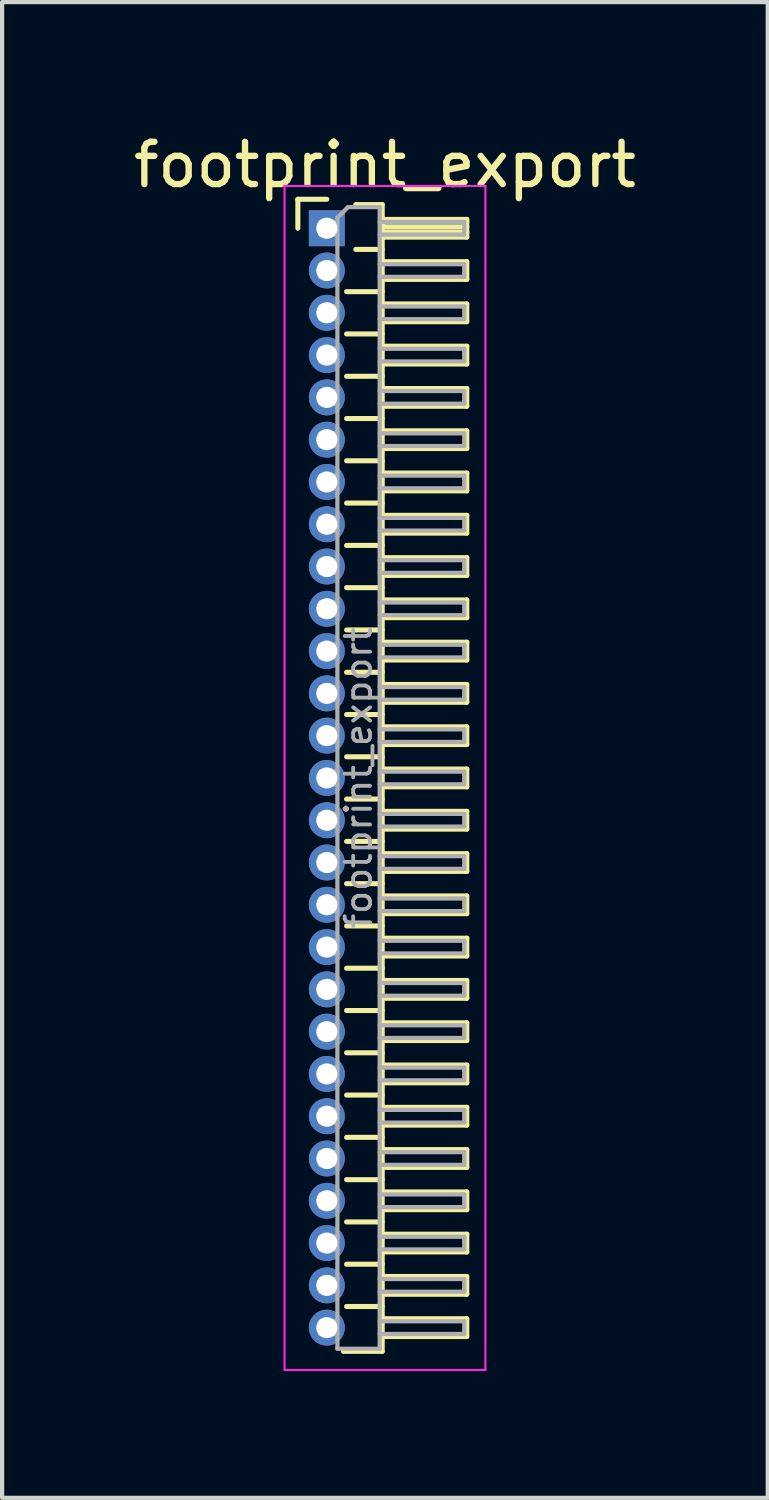
<source format=kicad_pcb>
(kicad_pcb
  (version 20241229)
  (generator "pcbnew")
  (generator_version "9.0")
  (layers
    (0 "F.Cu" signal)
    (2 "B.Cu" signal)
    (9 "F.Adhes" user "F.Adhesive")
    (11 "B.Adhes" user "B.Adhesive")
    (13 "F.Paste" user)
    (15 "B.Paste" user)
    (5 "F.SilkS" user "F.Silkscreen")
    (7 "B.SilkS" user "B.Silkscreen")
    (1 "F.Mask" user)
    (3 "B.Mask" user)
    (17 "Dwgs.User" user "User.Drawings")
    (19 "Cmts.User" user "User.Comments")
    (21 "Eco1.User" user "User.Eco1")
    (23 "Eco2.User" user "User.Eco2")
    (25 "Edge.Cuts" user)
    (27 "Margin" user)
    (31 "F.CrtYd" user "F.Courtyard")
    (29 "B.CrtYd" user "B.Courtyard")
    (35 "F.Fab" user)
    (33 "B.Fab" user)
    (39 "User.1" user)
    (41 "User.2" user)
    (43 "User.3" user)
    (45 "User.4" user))
  (footprint "footprint_export"
    (layer "F.Cu")
    (at 4.679 2.348)
    (property "Reference" "footprint_export" (at 1.375 -1.5 0) (layer "F.SilkS") (effects (font (size 1 1) (thickness 0.15))))
    (attr through_hole)
    (fp_line (start -0.685 -0.685) (end 0 -0.685) (stroke (width 0.12) (type solid)) (layer "F.SilkS"))
    (fp_line (start -0.685 0) (end -0.685 -0.685) (stroke (width 0.12) (type solid)) (layer "F.SilkS"))
    (fp_line (start 0.468 1.5) (end 1.31 1.5) (stroke (width 0.12) (type solid)) (layer "F.SilkS"))
    (fp_line (start 0.468 2.5) (end 1.31 2.5) (stroke (width 0.12) (type solid)) (layer "F.SilkS"))
    (fp_line (start 0.468 3.5) (end 1.31 3.5) (stroke (width 0.12) (type solid)) (layer "F.SilkS"))
    (fp_line (start 0.468 4.5) (end 1.31 4.5) (stroke (width 0.12) (type solid)) (layer "F.SilkS"))
    (fp_line (start 0.468 5.5) (end 1.31 5.5) (stroke (width 0.12) (type solid)) (layer "F.SilkS"))
    (fp_line (start 0.468 6.5) (end 1.31 6.5) (stroke (width 0.12) (type solid)) (layer "F.SilkS"))
    (fp_line (start 0.468 7.5) (end 1.31 7.5) (stroke (width 0.12) (type solid)) (layer "F.SilkS"))
    (fp_line (start 0.468 8.5) (end 1.31 8.5) (stroke (width 0.12) (type solid)) (layer "F.SilkS"))
    (fp_line (start 0.468 9.5) (end 1.31 9.5) (stroke (width 0.12) (type solid)) (layer "F.SilkS"))
    (fp_line (start 0.468 10.5) (end 1.31 10.5) (stroke (width 0.12) (type solid)) (layer "F.SilkS"))
    (fp_line (start 0.468 11.5) (end 1.31 11.5) (stroke (width 0.12) (type solid)) (layer "F.SilkS"))
    (fp_line (start 0.468 12.5) (end 1.31 12.5) (stroke (width 0.12) (type solid)) (layer "F.SilkS"))
    (fp_line (start 0.468 13.5) (end 1.31 13.5) (stroke (width 0.12) (type solid)) (layer "F.SilkS"))
    (fp_line (start 0.468 14.5) (end 1.31 14.5) (stroke (width 0.12) (type solid)) (layer "F.SilkS"))
    (fp_line (start 0.468 15.5) (end 1.31 15.5) (stroke (width 0.12) (type solid)) (layer "F.SilkS"))
    (fp_line (start 0.468 16.5) (end 1.31 16.5) (stroke (width 0.12) (type solid)) (layer "F.SilkS"))
    (fp_line (start 0.468 17.5) (end 1.31 17.5) (stroke (width 0.12) (type solid)) (layer "F.SilkS"))
    (fp_line (start 0.468 18.5) (end 1.31 18.5) (stroke (width 0.12) (type solid)) (layer "F.SilkS"))
    (fp_line (start 0.468 19.5) (end 1.31 19.5) (stroke (width 0.12) (type solid)) (layer "F.SilkS"))
    (fp_line (start 0.468 20.5) (end 1.31 20.5) (stroke (width 0.12) (type solid)) (layer "F.SilkS"))
    (fp_line (start 0.468 21.5) (end 1.31 21.5) (stroke (width 0.12) (type solid)) (layer "F.SilkS"))
    (fp_line (start 0.468 22.5) (end 1.31 22.5) (stroke (width 0.12) (type solid)) (layer "F.SilkS"))
    (fp_line (start 0.468 23.5) (end 1.31 23.5) (stroke (width 0.12) (type solid)) (layer "F.SilkS"))
    (fp_line (start 0.468 24.5) (end 1.31 24.5) (stroke (width 0.12) (type solid)) (layer "F.SilkS"))
    (fp_line (start 0.468 25.5) (end 1.31 25.5) (stroke (width 0.12) (type solid)) (layer "F.SilkS"))
    (fp_line (start 0.685 -0.56) (end 1.31 -0.56) (stroke (width 0.12) (type solid)) (layer "F.SilkS"))
    (fp_line (start 0.685 0.5) (end 1.31 0.5) (stroke (width 0.12) (type solid)) (layer "F.SilkS"))
    (fp_line (start 1.31 -0.56) (end 1.31 26.56) (stroke (width 0.12) (type solid)) (layer "F.SilkS"))
    (fp_line (start 1.31 -0.21) (end 3.31 -0.21) (stroke (width 0.12) (type solid)) (layer "F.SilkS"))
    (fp_line (start 1.31 -0.15) (end 3.31 -0.15) (stroke (width 0.12) (type solid)) (layer "F.SilkS"))
    (fp_line (start 1.31 -0.03) (end 3.31 -0.03) (stroke (width 0.12) (type solid)) (layer "F.SilkS"))
    (fp_line (start 1.31 0.09) (end 3.31 0.09) (stroke (width 0.12) (type solid)) (layer "F.SilkS"))
    (fp_line (start 1.31 0.79) (end 3.31 0.79) (stroke (width 0.12) (type solid)) (layer "F.SilkS"))
    (fp_line (start 1.31 1.79) (end 3.31 1.79) (stroke (width 0.12) (type solid)) (layer "F.SilkS"))
    (fp_line (start 1.31 2.79) (end 3.31 2.79) (stroke (width 0.12) (type solid)) (layer "F.SilkS"))
    (fp_line (start 1.31 3.79) (end 3.31 3.79) (stroke (width 0.12) (type solid)) (layer "F.SilkS"))
    (fp_line (start 1.31 4.79) (end 3.31 4.79) (stroke (width 0.12) (type solid)) (layer "F.SilkS"))
    (fp_line (start 1.31 5.79) (end 3.31 5.79) (stroke (width 0.12) (type solid)) (layer "F.SilkS"))
    (fp_line (start 1.31 6.79) (end 3.31 6.79) (stroke (width 0.12) (type solid)) (layer "F.SilkS"))
    (fp_line (start 1.31 7.79) (end 3.31 7.79) (stroke (width 0.12) (type solid)) (layer "F.SilkS"))
    (fp_line (start 1.31 8.79) (end 3.31 8.79) (stroke (width 0.12) (type solid)) (layer "F.SilkS"))
    (fp_line (start 1.31 9.79) (end 3.31 9.79) (stroke (width 0.12) (type solid)) (layer "F.SilkS"))
    (fp_line (start 1.31 10.79) (end 3.31 10.79) (stroke (width 0.12) (type solid)) (layer "F.SilkS"))
    (fp_line (start 1.31 11.79) (end 3.31 11.79) (stroke (width 0.12) (type solid)) (layer "F.SilkS"))
    (fp_line (start 1.31 12.79) (end 3.31 12.79) (stroke (width 0.12) (type solid)) (layer "F.SilkS"))
    (fp_line (start 1.31 13.79) (end 3.31 13.79) (stroke (width 0.12) (type solid)) (layer "F.SilkS"))
    (fp_line (start 1.31 14.79) (end 3.31 14.79) (stroke (width 0.12) (type solid)) (layer "F.SilkS"))
    (fp_line (start 1.31 15.79) (end 3.31 15.79) (stroke (width 0.12) (type solid)) (layer "F.SilkS"))
    (fp_line (start 1.31 16.79) (end 3.31 16.79) (stroke (width 0.12) (type solid)) (layer "F.SilkS"))
    (fp_line (start 1.31 17.79) (end 3.31 17.79) (stroke (width 0.12) (type solid)) (layer "F.SilkS"))
    (fp_line (start 1.31 18.79) (end 3.31 18.79) (stroke (width 0.12) (type solid)) (layer "F.SilkS"))
    (fp_line (start 1.31 19.79) (end 3.31 19.79) (stroke (width 0.12) (type solid)) (layer "F.SilkS"))
    (fp_line (start 1.31 20.79) (end 3.31 20.79) (stroke (width 0.12) (type solid)) (layer "F.SilkS"))
    (fp_line (start 1.31 21.79) (end 3.31 21.79) (stroke (width 0.12) (type solid)) (layer "F.SilkS"))
    (fp_line (start 1.31 22.79) (end 3.31 22.79) (stroke (width 0.12) (type solid)) (layer "F.SilkS"))
    (fp_line (start 1.31 23.79) (end 3.31 23.79) (stroke (width 0.12) (type solid)) (layer "F.SilkS"))
    (fp_line (start 1.31 24.79) (end 3.31 24.79) (stroke (width 0.12) (type solid)) (layer "F.SilkS"))
    (fp_line (start 1.31 25.79) (end 3.31 25.79) (stroke (width 0.12) (type solid)) (layer "F.SilkS"))
    (fp_line (start 1.31 26.56) (end 0.394 26.56) (stroke (width 0.12) (type solid)) (layer "F.SilkS"))
    (fp_line (start 3.31 -0.21) (end 3.31 0.21) (stroke (width 0.12) (type solid)) (layer "F.SilkS"))
    (fp_line (start 3.31 0.21) (end 1.31 0.21) (stroke (width 0.12) (type solid)) (layer "F.SilkS"))
    (fp_line (start 3.31 0.79) (end 3.31 1.21) (stroke (width 0.12) (type solid)) (layer "F.SilkS"))
    (fp_line (start 3.31 1.21) (end 1.31 1.21) (stroke (width 0.12) (type solid)) (layer "F.SilkS"))
    (fp_line (start 3.31 1.79) (end 3.31 2.21) (stroke (width 0.12) (type solid)) (layer "F.SilkS"))
    (fp_line (start 3.31 2.21) (end 1.31 2.21) (stroke (width 0.12) (type solid)) (layer "F.SilkS"))
    (fp_line (start 3.31 2.79) (end 3.31 3.21) (stroke (width 0.12) (type solid)) (layer "F.SilkS"))
    (fp_line (start 3.31 3.21) (end 1.31 3.21) (stroke (width 0.12) (type solid)) (layer "F.SilkS"))
    (fp_line (start 3.31 3.79) (end 3.31 4.21) (stroke (width 0.12) (type solid)) (layer "F.SilkS"))
    (fp_line (start 3.31 4.21) (end 1.31 4.21) (stroke (width 0.12) (type solid)) (layer "F.SilkS"))
    (fp_line (start 3.31 4.79) (end 3.31 5.21) (stroke (width 0.12) (type solid)) (layer "F.SilkS"))
    (fp_line (start 3.31 5.21) (end 1.31 5.21) (stroke (width 0.12) (type solid)) (layer "F.SilkS"))
    (fp_line (start 3.31 5.79) (end 3.31 6.21) (stroke (width 0.12) (type solid)) (layer "F.SilkS"))
    (fp_line (start 3.31 6.21) (end 1.31 6.21) (stroke (width 0.12) (type solid)) (layer "F.SilkS"))
    (fp_line (start 3.31 6.79) (end 3.31 7.21) (stroke (width 0.12) (type solid)) (layer "F.SilkS"))
    (fp_line (start 3.31 7.21) (end 1.31 7.21) (stroke (width 0.12) (type solid)) (layer "F.SilkS"))
    (fp_line (start 3.31 7.79) (end 3.31 8.21) (stroke (width 0.12) (type solid)) (layer "F.SilkS"))
    (fp_line (start 3.31 8.21) (end 1.31 8.21) (stroke (width 0.12) (type solid)) (layer "F.SilkS"))
    (fp_line (start 3.31 8.79) (end 3.31 9.21) (stroke (width 0.12) (type solid)) (layer "F.SilkS"))
    (fp_line (start 3.31 9.21) (end 1.31 9.21) (stroke (width 0.12) (type solid)) (layer "F.SilkS"))
    (fp_line (start 3.31 9.79) (end 3.31 10.21) (stroke (width 0.12) (type solid)) (layer "F.SilkS"))
    (fp_line (start 3.31 10.21) (end 1.31 10.21) (stroke (width 0.12) (type solid)) (layer "F.SilkS"))
    (fp_line (start 3.31 10.79) (end 3.31 11.21) (stroke (width 0.12) (type solid)) (layer "F.SilkS"))
    (fp_line (start 3.31 11.21) (end 1.31 11.21) (stroke (width 0.12) (type solid)) (layer "F.SilkS"))
    (fp_line (start 3.31 11.79) (end 3.31 12.21) (stroke (width 0.12) (type solid)) (layer "F.SilkS"))
    (fp_line (start 3.31 12.21) (end 1.31 12.21) (stroke (width 0.12) (type solid)) (layer "F.SilkS"))
    (fp_line (start 3.31 12.79) (end 3.31 13.21) (stroke (width 0.12) (type solid)) (layer "F.SilkS"))
    (fp_line (start 3.31 13.21) (end 1.31 13.21) (stroke (width 0.12) (type solid)) (layer "F.SilkS"))
    (fp_line (start 3.31 13.79) (end 3.31 14.21) (stroke (width 0.12) (type solid)) (layer "F.SilkS"))
    (fp_line (start 3.31 14.21) (end 1.31 14.21) (stroke (width 0.12) (type solid)) (layer "F.SilkS"))
    (fp_line (start 3.31 14.79) (end 3.31 15.21) (stroke (width 0.12) (type solid)) (layer "F.SilkS"))
    (fp_line (start 3.31 15.21) (end 1.31 15.21) (stroke (width 0.12) (type solid)) (layer "F.SilkS"))
    (fp_line (start 3.31 15.79) (end 3.31 16.21) (stroke (width 0.12) (type solid)) (layer "F.SilkS"))
    (fp_line (start 3.31 16.21) (end 1.31 16.21) (stroke (width 0.12) (type solid)) (layer "F.SilkS"))
    (fp_line (start 3.31 16.79) (end 3.31 17.21) (stroke (width 0.12) (type solid)) (layer "F.SilkS"))
    (fp_line (start 3.31 17.21) (end 1.31 17.21) (stroke (width 0.12) (type solid)) (layer "F.SilkS"))
    (fp_line (start 3.31 17.79) (end 3.31 18.21) (stroke (width 0.12) (type solid)) (layer "F.SilkS"))
    (fp_line (start 3.31 18.21) (end 1.31 18.21) (stroke (width 0.12) (type solid)) (layer "F.SilkS"))
    (fp_line (start 3.31 18.79) (end 3.31 19.21) (stroke (width 0.12) (type solid)) (layer "F.SilkS"))
    (fp_line (start 3.31 19.21) (end 1.31 19.21) (stroke (width 0.12) (type solid)) (layer "F.SilkS"))
    (fp_line (start 3.31 19.79) (end 3.31 20.21) (stroke (width 0.12) (type solid)) (layer "F.SilkS"))
    (fp_line (start 3.31 20.21) (end 1.31 20.21) (stroke (width 0.12) (type solid)) (layer "F.SilkS"))
    (fp_line (start 3.31 20.79) (end 3.31 21.21) (stroke (width 0.12) (type solid)) (layer "F.SilkS"))
    (fp_line (start 3.31 21.21) (end 1.31 21.21) (stroke (width 0.12) (type solid)) (layer "F.SilkS"))
    (fp_line (start 3.31 21.79) (end 3.31 22.21) (stroke (width 0.12) (type solid)) (layer "F.SilkS"))
    (fp_line (start 3.31 22.21) (end 1.31 22.21) (stroke (width 0.12) (type solid)) (layer "F.SilkS"))
    (fp_line (start 3.31 22.79) (end 3.31 23.21) (stroke (width 0.12) (type solid)) (layer "F.SilkS"))
    (fp_line (start 3.31 23.21) (end 1.31 23.21) (stroke (width 0.12) (type solid)) (layer "F.SilkS"))
    (fp_line (start 3.31 23.79) (end 3.31 24.21) (stroke (width 0.12) (type solid)) (layer "F.SilkS"))
    (fp_line (start 3.31 24.21) (end 1.31 24.21) (stroke (width 0.12) (type solid)) (layer "F.SilkS"))
    (fp_line (start 3.31 24.79) (end 3.31 25.21) (stroke (width 0.12) (type solid)) (layer "F.SilkS"))
    (fp_line (start 3.31 25.21) (end 1.31 25.21) (stroke (width 0.12) (type solid)) (layer "F.SilkS"))
    (fp_line (start 3.31 25.79) (end 3.31 26.21) (stroke (width 0.12) (type solid)) (layer "F.SilkS"))
    (fp_line (start 3.31 26.21) (end 1.31 26.21) (stroke (width 0.12) (type solid)) (layer "F.SilkS"))
    (fp_line (start -1 -1) (end -1 27) (stroke (width 0.05) (type solid)) (layer "F.CrtYd"))
    (fp_line (start -1 27) (end 3.75 27) (stroke (width 0.05) (type solid)) (layer "F.CrtYd"))
    (fp_line (start 3.75 -1) (end -1 -1) (stroke (width 0.05) (type solid)) (layer "F.CrtYd"))
    (fp_line (start 3.75 27) (end 3.75 -1) (stroke (width 0.05) (type solid)) (layer "F.CrtYd"))
    (fp_line (start -0.15 -0.15) (end -0.15 0.15) (stroke (width 0.1) (type solid)) (layer "F.Fab"))
    (fp_line (start -0.15 -0.15) (end 0.25 -0.15) (stroke (width 0.1) (type solid)) (layer "F.Fab"))
    (fp_line (start -0.15 0.15) (end 0.25 0.15) (stroke (width 0.1) (type solid)) (layer "F.Fab"))
    (fp_line (start -0.15 0.85) (end -0.15 1.15) (stroke (width 0.1) (type solid)) (layer "F.Fab"))
    (fp_line (start -0.15 0.85) (end 0.25 0.85) (stroke (width 0.1) (type solid)) (layer "F.Fab"))
    (fp_line (start -0.15 1.15) (end 0.25 1.15) (stroke (width 0.1) (type solid)) (layer "F.Fab"))
    (fp_line (start -0.15 1.85) (end -0.15 2.15) (stroke (width 0.1) (type solid)) (layer "F.Fab"))
    (fp_line (start -0.15 1.85) (end 0.25 1.85) (stroke (width 0.1) (type solid)) (layer "F.Fab"))
    (fp_line (start -0.15 2.15) (end 0.25 2.15) (stroke (width 0.1) (type solid)) (layer "F.Fab"))
    (fp_line (start -0.15 2.85) (end -0.15 3.15) (stroke (width 0.1) (type solid)) (layer "F.Fab"))
    (fp_line (start -0.15 2.85) (end 0.25 2.85) (stroke (width 0.1) (type solid)) (layer "F.Fab"))
    (fp_line (start -0.15 3.15) (end 0.25 3.15) (stroke (width 0.1) (type solid)) (layer "F.Fab"))
    (fp_line (start -0.15 3.85) (end -0.15 4.15) (stroke (width 0.1) (type solid)) (layer "F.Fab"))
    (fp_line (start -0.15 3.85) (end 0.25 3.85) (stroke (width 0.1) (type solid)) (layer "F.Fab"))
    (fp_line (start -0.15 4.15) (end 0.25 4.15) (stroke (width 0.1) (type solid)) (layer "F.Fab"))
    (fp_line (start -0.15 4.85) (end -0.15 5.15) (stroke (width 0.1) (type solid)) (layer "F.Fab"))
    (fp_line (start -0.15 4.85) (end 0.25 4.85) (stroke (width 0.1) (type solid)) (layer "F.Fab"))
    (fp_line (start -0.15 5.15) (end 0.25 5.15) (stroke (width 0.1) (type solid)) (layer "F.Fab"))
    (fp_line (start -0.15 5.85) (end -0.15 6.15) (stroke (width 0.1) (type solid)) (layer "F.Fab"))
    (fp_line (start -0.15 5.85) (end 0.25 5.85) (stroke (width 0.1) (type solid)) (layer "F.Fab"))
    (fp_line (start -0.15 6.15) (end 0.25 6.15) (stroke (width 0.1) (type solid)) (layer "F.Fab"))
    (fp_line (start -0.15 6.85) (end -0.15 7.15) (stroke (width 0.1) (type solid)) (layer "F.Fab"))
    (fp_line (start -0.15 6.85) (end 0.25 6.85) (stroke (width 0.1) (type solid)) (layer "F.Fab"))
    (fp_line (start -0.15 7.15) (end 0.25 7.15) (stroke (width 0.1) (type solid)) (layer "F.Fab"))
    (fp_line (start -0.15 7.85) (end -0.15 8.15) (stroke (width 0.1) (type solid)) (layer "F.Fab"))
    (fp_line (start -0.15 7.85) (end 0.25 7.85) (stroke (width 0.1) (type solid)) (layer "F.Fab"))
    (fp_line (start -0.15 8.15) (end 0.25 8.15) (stroke (width 0.1) (type solid)) (layer "F.Fab"))
    (fp_line (start -0.15 8.85) (end -0.15 9.15) (stroke (width 0.1) (type solid)) (layer "F.Fab"))
    (fp_line (start -0.15 8.85) (end 0.25 8.85) (stroke (width 0.1) (type solid)) (layer "F.Fab"))
    (fp_line (start -0.15 9.15) (end 0.25 9.15) (stroke (width 0.1) (type solid)) (layer "F.Fab"))
    (fp_line (start -0.15 9.85) (end -0.15 10.15) (stroke (width 0.1) (type solid)) (layer "F.Fab"))
    (fp_line (start -0.15 9.85) (end 0.25 9.85) (stroke (width 0.1) (type solid)) (layer "F.Fab"))
    (fp_line (start -0.15 10.15) (end 0.25 10.15) (stroke (width 0.1) (type solid)) (layer "F.Fab"))
    (fp_line (start -0.15 10.85) (end -0.15 11.15) (stroke (width 0.1) (type solid)) (layer "F.Fab"))
    (fp_line (start -0.15 10.85) (end 0.25 10.85) (stroke (width 0.1) (type solid)) (layer "F.Fab"))
    (fp_line (start -0.15 11.15) (end 0.25 11.15) (stroke (width 0.1) (type solid)) (layer "F.Fab"))
    (fp_line (start -0.15 11.85) (end -0.15 12.15) (stroke (width 0.1) (type solid)) (layer "F.Fab"))
    (fp_line (start -0.15 11.85) (end 0.25 11.85) (stroke (width 0.1) (type solid)) (layer "F.Fab"))
    (fp_line (start -0.15 12.15) (end 0.25 12.15) (stroke (width 0.1) (type solid)) (layer "F.Fab"))
    (fp_line (start -0.15 12.85) (end -0.15 13.15) (stroke (width 0.1) (type solid)) (layer "F.Fab"))
    (fp_line (start -0.15 12.85) (end 0.25 12.85) (stroke (width 0.1) (type solid)) (layer "F.Fab"))
    (fp_line (start -0.15 13.15) (end 0.25 13.15) (stroke (width 0.1) (type solid)) (layer "F.Fab"))
    (fp_line (start -0.15 13.85) (end -0.15 14.15) (stroke (width 0.1) (type solid)) (layer "F.Fab"))
    (fp_line (start -0.15 13.85) (end 0.25 13.85) (stroke (width 0.1) (type solid)) (layer "F.Fab"))
    (fp_line (start -0.15 14.15) (end 0.25 14.15) (stroke (width 0.1) (type solid)) (layer "F.Fab"))
    (fp_line (start -0.15 14.85) (end -0.15 15.15) (stroke (width 0.1) (type solid)) (layer "F.Fab"))
    (fp_line (start -0.15 14.85) (end 0.25 14.85) (stroke (width 0.1) (type solid)) (layer "F.Fab"))
    (fp_line (start -0.15 15.15) (end 0.25 15.15) (stroke (width 0.1) (type solid)) (layer "F.Fab"))
    (fp_line (start -0.15 15.85) (end -0.15 16.15) (stroke (width 0.1) (type solid)) (layer "F.Fab"))
    (fp_line (start -0.15 15.85) (end 0.25 15.85) (stroke (width 0.1) (type solid)) (layer "F.Fab"))
    (fp_line (start -0.15 16.15) (end 0.25 16.15) (stroke (width 0.1) (type solid)) (layer "F.Fab"))
    (fp_line (start -0.15 16.85) (end -0.15 17.15) (stroke (width 0.1) (type solid)) (layer "F.Fab"))
    (fp_line (start -0.15 16.85) (end 0.25 16.85) (stroke (width 0.1) (type solid)) (layer "F.Fab"))
    (fp_line (start -0.15 17.15) (end 0.25 17.15) (stroke (width 0.1) (type solid)) (layer "F.Fab"))
    (fp_line (start -0.15 17.85) (end -0.15 18.15) (stroke (width 0.1) (type solid)) (layer "F.Fab"))
    (fp_line (start -0.15 17.85) (end 0.25 17.85) (stroke (width 0.1) (type solid)) (layer "F.Fab"))
    (fp_line (start -0.15 18.15) (end 0.25 18.15) (stroke (width 0.1) (type solid)) (layer "F.Fab"))
    (fp_line (start -0.15 18.85) (end -0.15 19.15) (stroke (width 0.1) (type solid)) (layer "F.Fab"))
    (fp_line (start -0.15 18.85) (end 0.25 18.85) (stroke (width 0.1) (type solid)) (layer "F.Fab"))
    (fp_line (start -0.15 19.15) (end 0.25 19.15) (stroke (width 0.1) (type solid)) (layer "F.Fab"))
    (fp_line (start -0.15 19.85) (end -0.15 20.15) (stroke (width 0.1) (type solid)) (layer "F.Fab"))
    (fp_line (start -0.15 19.85) (end 0.25 19.85) (stroke (width 0.1) (type solid)) (layer "F.Fab"))
    (fp_line (start -0.15 20.15) (end 0.25 20.15) (stroke (width 0.1) (type solid)) (layer "F.Fab"))
    (fp_line (start -0.15 20.85) (end -0.15 21.15) (stroke (width 0.1) (type solid)) (layer "F.Fab"))
    (fp_line (start -0.15 20.85) (end 0.25 20.85) (stroke (width 0.1) (type solid)) (layer "F.Fab"))
    (fp_line (start -0.15 21.15) (end 0.25 21.15) (stroke (width 0.1) (type solid)) (layer "F.Fab"))
    (fp_line (start -0.15 21.85) (end -0.15 22.15) (stroke (width 0.1) (type solid)) (layer "F.Fab"))
    (fp_line (start -0.15 21.85) (end 0.25 21.85) (stroke (width 0.1) (type solid)) (layer "F.Fab"))
    (fp_line (start -0.15 22.15) (end 0.25 22.15) (stroke (width 0.1) (type solid)) (layer "F.Fab"))
    (fp_line (start -0.15 22.85) (end -0.15 23.15) (stroke (width 0.1) (type solid)) (layer "F.Fab"))
    (fp_line (start -0.15 22.85) (end 0.25 22.85) (stroke (width 0.1) (type solid)) (layer "F.Fab"))
    (fp_line (start -0.15 23.15) (end 0.25 23.15) (stroke (width 0.1) (type solid)) (layer "F.Fab"))
    (fp_line (start -0.15 23.85) (end -0.15 24.15) (stroke (width 0.1) (type solid)) (layer "F.Fab"))
    (fp_line (start -0.15 23.85) (end 0.25 23.85) (stroke (width 0.1) (type solid)) (layer "F.Fab"))
    (fp_line (start -0.15 24.15) (end 0.25 24.15) (stroke (width 0.1) (type solid)) (layer "F.Fab"))
    (fp_line (start -0.15 24.85) (end -0.15 25.15) (stroke (width 0.1) (type solid)) (layer "F.Fab"))
    (fp_line (start -0.15 24.85) (end 0.25 24.85) (stroke (width 0.1) (type solid)) (layer "F.Fab"))
    (fp_line (start -0.15 25.15) (end 0.25 25.15) (stroke (width 0.1) (type solid)) (layer "F.Fab"))
    (fp_line (start -0.15 25.85) (end -0.15 26.15) (stroke (width 0.1) (type solid)) (layer "F.Fab"))
    (fp_line (start -0.15 25.85) (end 0.25 25.85) (stroke (width 0.1) (type solid)) (layer "F.Fab"))
    (fp_line (start -0.15 26.15) (end 0.25 26.15) (stroke (width 0.1) (type solid)) (layer "F.Fab"))
    (fp_line (start 0.25 -0.25) (end 0.5 -0.5) (stroke (width 0.1) (type solid)) (layer "F.Fab"))
    (fp_line (start 0.25 26.5) (end 0.25 -0.25) (stroke (width 0.1) (type solid)) (layer "F.Fab"))
    (fp_line (start 0.5 -0.5) (end 1.25 -0.5) (stroke (width 0.1) (type solid)) (layer "F.Fab"))
    (fp_line (start 1.25 -0.5) (end 1.25 26.5) (stroke (width 0.1) (type solid)) (layer "F.Fab"))
    (fp_line (start 1.25 -0.15) (end 3.25 -0.15) (stroke (width 0.1) (type solid)) (layer "F.Fab"))
    (fp_line (start 1.25 0.15) (end 3.25 0.15) (stroke (width 0.1) (type solid)) (layer "F.Fab"))
    (fp_line (start 1.25 0.85) (end 3.25 0.85) (stroke (width 0.1) (type solid)) (layer "F.Fab"))
    (fp_line (start 1.25 1.15) (end 3.25 1.15) (stroke (width 0.1) (type solid)) (layer "F.Fab"))
    (fp_line (start 1.25 1.85) (end 3.25 1.85) (stroke (width 0.1) (type solid)) (layer "F.Fab"))
    (fp_line (start 1.25 2.15) (end 3.25 2.15) (stroke (width 0.1) (type solid)) (layer "F.Fab"))
    (fp_line (start 1.25 2.85) (end 3.25 2.85) (stroke (width 0.1) (type solid)) (layer "F.Fab"))
    (fp_line (start 1.25 3.15) (end 3.25 3.15) (stroke (width 0.1) (type solid)) (layer "F.Fab"))
    (fp_line (start 1.25 3.85) (end 3.25 3.85) (stroke (width 0.1) (type solid)) (layer "F.Fab"))
    (fp_line (start 1.25 4.15) (end 3.25 4.15) (stroke (width 0.1) (type solid)) (layer "F.Fab"))
    (fp_line (start 1.25 4.85) (end 3.25 4.85) (stroke (width 0.1) (type solid)) (layer "F.Fab"))
    (fp_line (start 1.25 5.15) (end 3.25 5.15) (stroke (width 0.1) (type solid)) (layer "F.Fab"))
    (fp_line (start 1.25 5.85) (end 3.25 5.85) (stroke (width 0.1) (type solid)) (layer "F.Fab"))
    (fp_line (start 1.25 6.15) (end 3.25 6.15) (stroke (width 0.1) (type solid)) (layer "F.Fab"))
    (fp_line (start 1.25 6.85) (end 3.25 6.85) (stroke (width 0.1) (type solid)) (layer "F.Fab"))
    (fp_line (start 1.25 7.15) (end 3.25 7.15) (stroke (width 0.1) (type solid)) (layer "F.Fab"))
    (fp_line (start 1.25 7.85) (end 3.25 7.85) (stroke (width 0.1) (type solid)) (layer "F.Fab"))
    (fp_line (start 1.25 8.15) (end 3.25 8.15) (stroke (width 0.1) (type solid)) (layer "F.Fab"))
    (fp_line (start 1.25 8.85) (end 3.25 8.85) (stroke (width 0.1) (type solid)) (layer "F.Fab"))
    (fp_line (start 1.25 9.15) (end 3.25 9.15) (stroke (width 0.1) (type solid)) (layer "F.Fab"))
    (fp_line (start 1.25 9.85) (end 3.25 9.85) (stroke (width 0.1) (type solid)) (layer "F.Fab"))
    (fp_line (start 1.25 10.15) (end 3.25 10.15) (stroke (width 0.1) (type solid)) (layer "F.Fab"))
    (fp_line (start 1.25 10.85) (end 3.25 10.85) (stroke (width 0.1) (type solid)) (layer "F.Fab"))
    (fp_line (start 1.25 11.15) (end 3.25 11.15) (stroke (width 0.1) (type solid)) (layer "F.Fab"))
    (fp_line (start 1.25 11.85) (end 3.25 11.85) (stroke (width 0.1) (type solid)) (layer "F.Fab"))
    (fp_line (start 1.25 12.15) (end 3.25 12.15) (stroke (width 0.1) (type solid)) (layer "F.Fab"))
    (fp_line (start 1.25 12.85) (end 3.25 12.85) (stroke (width 0.1) (type solid)) (layer "F.Fab"))
    (fp_line (start 1.25 13.15) (end 3.25 13.15) (stroke (width 0.1) (type solid)) (layer "F.Fab"))
    (fp_line (start 1.25 13.85) (end 3.25 13.85) (stroke (width 0.1) (type solid)) (layer "F.Fab"))
    (fp_line (start 1.25 14.15) (end 3.25 14.15) (stroke (width 0.1) (type solid)) (layer "F.Fab"))
    (fp_line (start 1.25 14.85) (end 3.25 14.85) (stroke (width 0.1) (type solid)) (layer "F.Fab"))
    (fp_line (start 1.25 15.15) (end 3.25 15.15) (stroke (width 0.1) (type solid)) (layer "F.Fab"))
    (fp_line (start 1.25 15.85) (end 3.25 15.85) (stroke (width 0.1) (type solid)) (layer "F.Fab"))
    (fp_line (start 1.25 16.15) (end 3.25 16.15) (stroke (width 0.1) (type solid)) (layer "F.Fab"))
    (fp_line (start 1.25 16.85) (end 3.25 16.85) (stroke (width 0.1) (type solid)) (layer "F.Fab"))
    (fp_line (start 1.25 17.15) (end 3.25 17.15) (stroke (width 0.1) (type solid)) (layer "F.Fab"))
    (fp_line (start 1.25 17.85) (end 3.25 17.85) (stroke (width 0.1) (type solid)) (layer "F.Fab"))
    (fp_line (start 1.25 18.15) (end 3.25 18.15) (stroke (width 0.1) (type solid)) (layer "F.Fab"))
    (fp_line (start 1.25 18.85) (end 3.25 18.85) (stroke (width 0.1) (type solid)) (layer "F.Fab"))
    (fp_line (start 1.25 19.15) (end 3.25 19.15) (stroke (width 0.1) (type solid)) (layer "F.Fab"))
    (fp_line (start 1.25 19.85) (end 3.25 19.85) (stroke (width 0.1) (type solid)) (layer "F.Fab"))
    (fp_line (start 1.25 20.15) (end 3.25 20.15) (stroke (width 0.1) (type solid)) (layer "F.Fab"))
    (fp_line (start 1.25 20.85) (end 3.25 20.85) (stroke (width 0.1) (type solid)) (layer "F.Fab"))
    (fp_line (start 1.25 21.15) (end 3.25 21.15) (stroke (width 0.1) (type solid)) (layer "F.Fab"))
    (fp_line (start 1.25 21.85) (end 3.25 21.85) (stroke (width 0.1) (type solid)) (layer "F.Fab"))
    (fp_line (start 1.25 22.15) (end 3.25 22.15) (stroke (width 0.1) (type solid)) (layer "F.Fab"))
    (fp_line (start 1.25 22.85) (end 3.25 22.85) (stroke (width 0.1) (type solid)) (layer "F.Fab"))
    (fp_line (start 1.25 23.15) (end 3.25 23.15) (stroke (width 0.1) (type solid)) (layer "F.Fab"))
    (fp_line (start 1.25 23.85) (end 3.25 23.85) (stroke (width 0.1) (type solid)) (layer "F.Fab"))
    (fp_line (start 1.25 24.15) (end 3.25 24.15) (stroke (width 0.1) (type solid)) (layer "F.Fab"))
    (fp_line (start 1.25 24.85) (end 3.25 24.85) (stroke (width 0.1) (type solid)) (layer "F.Fab"))
    (fp_line (start 1.25 25.15) (end 3.25 25.15) (stroke (width 0.1) (type solid)) (layer "F.Fab"))
    (fp_line (start 1.25 25.85) (end 3.25 25.85) (stroke (width 0.1) (type solid)) (layer "F.Fab"))
    (fp_line (start 1.25 26.15) (end 3.25 26.15) (stroke (width 0.1) (type solid)) (layer "F.Fab"))
    (fp_line (start 1.25 26.5) (end 0.25 26.5) (stroke (width 0.1) (type solid)) (layer "F.Fab"))
    (fp_line (start 3.25 -0.15) (end 3.25 0.15) (stroke (width 0.1) (type solid)) (layer "F.Fab"))
    (fp_line (start 3.25 0.85) (end 3.25 1.15) (stroke (width 0.1) (type solid)) (layer "F.Fab"))
    (fp_line (start 3.25 1.85) (end 3.25 2.15) (stroke (width 0.1) (type solid)) (layer "F.Fab"))
    (fp_line (start 3.25 2.85) (end 3.25 3.15) (stroke (width 0.1) (type solid)) (layer "F.Fab"))
    (fp_line (start 3.25 3.85) (end 3.25 4.15) (stroke (width 0.1) (type solid)) (layer "F.Fab"))
    (fp_line (start 3.25 4.85) (end 3.25 5.15) (stroke (width 0.1) (type solid)) (layer "F.Fab"))
    (fp_line (start 3.25 5.85) (end 3.25 6.15) (stroke (width 0.1) (type solid)) (layer "F.Fab"))
    (fp_line (start 3.25 6.85) (end 3.25 7.15) (stroke (width 0.1) (type solid)) (layer "F.Fab"))
    (fp_line (start 3.25 7.85) (end 3.25 8.15) (stroke (width 0.1) (type solid)) (layer "F.Fab"))
    (fp_line (start 3.25 8.85) (end 3.25 9.15) (stroke (width 0.1) (type solid)) (layer "F.Fab"))
    (fp_line (start 3.25 9.85) (end 3.25 10.15) (stroke (width 0.1) (type solid)) (layer "F.Fab"))
    (fp_line (start 3.25 10.85) (end 3.25 11.15) (stroke (width 0.1) (type solid)) (layer "F.Fab"))
    (fp_line (start 3.25 11.85) (end 3.25 12.15) (stroke (width 0.1) (type solid)) (layer "F.Fab"))
    (fp_line (start 3.25 12.85) (end 3.25 13.15) (stroke (width 0.1) (type solid)) (layer "F.Fab"))
    (fp_line (start 3.25 13.85) (end 3.25 14.15) (stroke (width 0.1) (type solid)) (layer "F.Fab"))
    (fp_line (start 3.25 14.85) (end 3.25 15.15) (stroke (width 0.1) (type solid)) (layer "F.Fab"))
    (fp_line (start 3.25 15.85) (end 3.25 16.15) (stroke (width 0.1) (type solid)) (layer "F.Fab"))
    (fp_line (start 3.25 16.85) (end 3.25 17.15) (stroke (width 0.1) (type solid)) (layer "F.Fab"))
    (fp_line (start 3.25 17.85) (end 3.25 18.15) (stroke (width 0.1) (type solid)) (layer "F.Fab"))
    (fp_line (start 3.25 18.85) (end 3.25 19.15) (stroke (width 0.1) (type solid)) (layer "F.Fab"))
    (fp_line (start 3.25 19.85) (end 3.25 20.15) (stroke (width 0.1) (type solid)) (layer "F.Fab"))
    (fp_line (start 3.25 20.85) (end 3.25 21.15) (stroke (width 0.1) (type solid)) (layer "F.Fab"))
    (fp_line (start 3.25 21.85) (end 3.25 22.15) (stroke (width 0.1) (type solid)) (layer "F.Fab"))
    (fp_line (start 3.25 22.85) (end 3.25 23.15) (stroke (width 0.1) (type solid)) (layer "F.Fab"))
    (fp_line (start 3.25 23.85) (end 3.25 24.15) (stroke (width 0.1) (type solid)) (layer "F.Fab"))
    (fp_line (start 3.25 24.85) (end 3.25 25.15) (stroke (width 0.1) (type solid)) (layer "F.Fab"))
    (fp_line (start 3.25 25.85) (end 3.25 26.15) (stroke (width 0.1) (type solid)) (layer "F.Fab"))
    (fp_text user "${REFERENCE}" (at 0.75 13 90) (layer "F.Fab") (effects (font (size 0.6 0.6) (thickness 0.09))))
    (pad "1" thru_hole rect (at 0 0) (size 0.85 0.85) (drill 0.5) (layers "*.Cu" "*.Mask"))
    (pad "2" thru_hole oval (at 0 1) (size 0.85 0.85) (drill 0.5) (layers "*.Cu" "*.Mask"))
    (pad "3" thru_hole oval (at 0 2) (size 0.85 0.85) (drill 0.5) (layers "*.Cu" "*.Mask"))
    (pad "4" thru_hole oval (at 0 3) (size 0.85 0.85) (drill 0.5) (layers "*.Cu" "*.Mask"))
    (pad "5" thru_hole oval (at 0 4) (size 0.85 0.85) (drill 0.5) (layers "*.Cu" "*.Mask"))
    (pad "6" thru_hole oval (at 0 5) (size 0.85 0.85) (drill 0.5) (layers "*.Cu" "*.Mask"))
    (pad "7" thru_hole oval (at 0 6) (size 0.85 0.85) (drill 0.5) (layers "*.Cu" "*.Mask"))
    (pad "8" thru_hole oval (at 0 7) (size 0.85 0.85) (drill 0.5) (layers "*.Cu" "*.Mask"))
    (pad "9" thru_hole oval (at 0 8) (size 0.85 0.85) (drill 0.5) (layers "*.Cu" "*.Mask"))
    (pad "10" thru_hole oval (at 0 9) (size 0.85 0.85) (drill 0.5) (layers "*.Cu" "*.Mask"))
    (pad "11" thru_hole oval (at 0 10) (size 0.85 0.85) (drill 0.5) (layers "*.Cu" "*.Mask"))
    (pad "12" thru_hole oval (at 0 11) (size 0.85 0.85) (drill 0.5) (layers "*.Cu" "*.Mask"))
    (pad "13" thru_hole oval (at 0 12) (size 0.85 0.85) (drill 0.5) (layers "*.Cu" "*.Mask"))
    (pad "14" thru_hole oval (at 0 13) (size 0.85 0.85) (drill 0.5) (layers "*.Cu" "*.Mask"))
    (pad "15" thru_hole oval (at 0 14) (size 0.85 0.85) (drill 0.5) (layers "*.Cu" "*.Mask"))
    (pad "16" thru_hole oval (at 0 15) (size 0.85 0.85) (drill 0.5) (layers "*.Cu" "*.Mask"))
    (pad "17" thru_hole oval (at 0 16) (size 0.85 0.85) (drill 0.5) (layers "*.Cu" "*.Mask"))
    (pad "18" thru_hole oval (at 0 17) (size 0.85 0.85) (drill 0.5) (layers "*.Cu" "*.Mask"))
    (pad "19" thru_hole oval (at 0 18) (size 0.85 0.85) (drill 0.5) (layers "*.Cu" "*.Mask"))
    (pad "20" thru_hole oval (at 0 19) (size 0.85 0.85) (drill 0.5) (layers "*.Cu" "*.Mask"))
    (pad "21" thru_hole oval (at 0 20) (size 0.85 0.85) (drill 0.5) (layers "*.Cu" "*.Mask"))
    (pad "22" thru_hole oval (at 0 21) (size 0.85 0.85) (drill 0.5) (layers "*.Cu" "*.Mask"))
    (pad "23" thru_hole oval (at 0 22) (size 0.85 0.85) (drill 0.5) (layers "*.Cu" "*.Mask"))
    (pad "24" thru_hole oval (at 0 23) (size 0.85 0.85) (drill 0.5) (layers "*.Cu" "*.Mask"))
    (pad "25" thru_hole oval (at 0 24) (size 0.85 0.85) (drill 0.5) (layers "*.Cu" "*.Mask"))
    (pad "26" thru_hole oval (at 0 25) (size 0.85 0.85) (drill 0.5) (layers "*.Cu" "*.Mask"))
    (pad "27" thru_hole oval (at 0 26) (size 0.85 0.85) (drill 0.5) (layers "*.Cu" "*.Mask")))
  (gr_rect
    (start -3 -3)
    (end 15.107 32.373)
    (stroke (width 0.1) (type default))
    (fill no)
    (layer "Edge.Cuts")))
</source>
